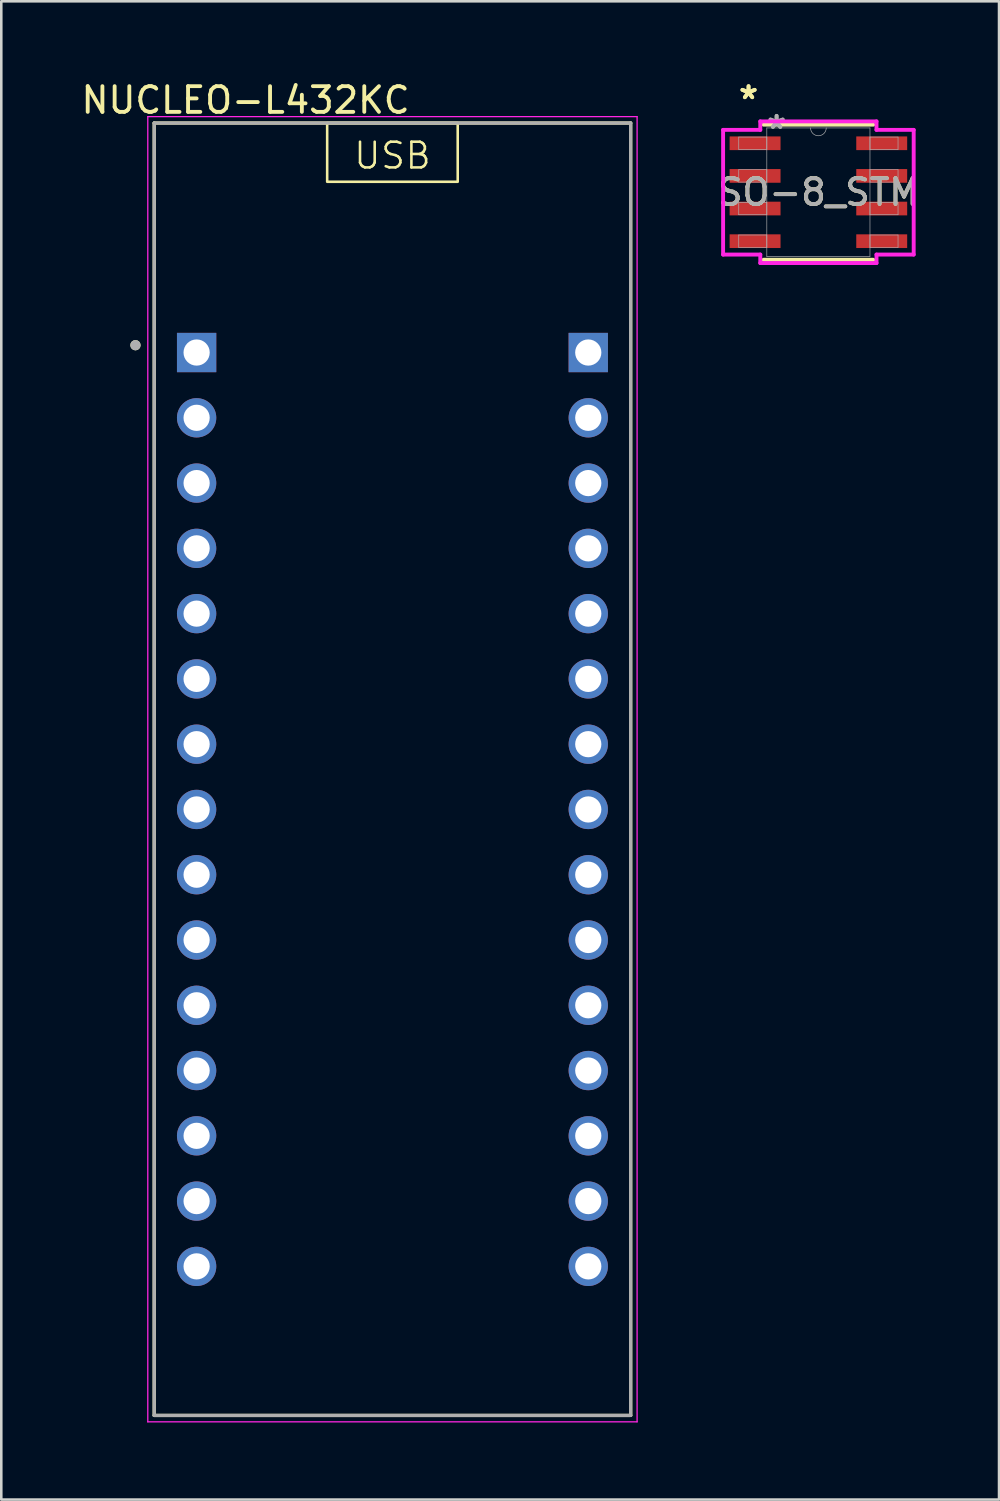
<source format=kicad_pcb>
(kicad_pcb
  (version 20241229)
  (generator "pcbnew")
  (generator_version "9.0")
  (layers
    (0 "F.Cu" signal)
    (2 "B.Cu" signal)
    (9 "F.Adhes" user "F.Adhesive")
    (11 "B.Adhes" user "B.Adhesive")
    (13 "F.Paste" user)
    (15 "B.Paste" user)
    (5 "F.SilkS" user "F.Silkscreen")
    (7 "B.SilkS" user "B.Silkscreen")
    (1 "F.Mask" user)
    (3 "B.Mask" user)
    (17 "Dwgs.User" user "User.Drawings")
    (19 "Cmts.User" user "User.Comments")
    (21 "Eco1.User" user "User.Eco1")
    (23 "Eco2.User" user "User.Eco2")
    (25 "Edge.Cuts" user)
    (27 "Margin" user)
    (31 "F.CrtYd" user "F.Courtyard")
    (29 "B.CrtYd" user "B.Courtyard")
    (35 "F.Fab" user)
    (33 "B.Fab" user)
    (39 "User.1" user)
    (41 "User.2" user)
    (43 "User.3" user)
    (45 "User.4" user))
  (footprint "SO-8_STM"
    (layer "F.Cu")
    (at 28.796 4.43)
    (property "Reference" "SO-8_STM" (at 0 0 0) (unlocked yes) (layer "F.SilkS") (effects (font (size 1 1) (thickness 0.15))))
    (attr smd)
    (fp_line (start -2.134 2.629) (end 2.134 2.629) (stroke (width 0.152) (type solid)) (layer "F.SilkS"))
    (fp_line (start 2.134 -2.629) (end -2.134 -2.629) (stroke (width 0.152) (type solid)) (layer "F.SilkS"))
    (fp_line (start -3.708 -2.426) (end -2.261 -2.426) (stroke (width 0.152) (type solid)) (layer "F.CrtYd"))
    (fp_line (start -3.708 2.426) (end -3.708 -2.426) (stroke (width 0.152) (type solid)) (layer "F.CrtYd"))
    (fp_line (start -3.708 2.426) (end -2.261 2.426) (stroke (width 0.152) (type solid)) (layer "F.CrtYd"))
    (fp_line (start -2.261 -2.756) (end 2.261 -2.756) (stroke (width 0.152) (type solid)) (layer "F.CrtYd"))
    (fp_line (start -2.261 -2.426) (end -2.261 -2.756) (stroke (width 0.152) (type solid)) (layer "F.CrtYd"))
    (fp_line (start -2.261 2.756) (end -2.261 2.426) (stroke (width 0.152) (type solid)) (layer "F.CrtYd"))
    (fp_line (start 2.261 -2.756) (end 2.261 -2.426) (stroke (width 0.152) (type solid)) (layer "F.CrtYd"))
    (fp_line (start 2.261 2.426) (end 2.261 2.756) (stroke (width 0.152) (type solid)) (layer "F.CrtYd"))
    (fp_line (start 2.261 2.756) (end -2.261 2.756) (stroke (width 0.152) (type solid)) (layer "F.CrtYd"))
    (fp_line (start 3.708 -2.426) (end 2.261 -2.426) (stroke (width 0.152) (type solid)) (layer "F.CrtYd"))
    (fp_line (start 3.708 -2.426) (end 3.708 2.426) (stroke (width 0.152) (type solid)) (layer "F.CrtYd"))
    (fp_line (start 3.708 2.426) (end 2.261 2.426) (stroke (width 0.152) (type solid)) (layer "F.CrtYd"))
    (fp_line (start -3.099 -2.146) (end -3.099 -1.664) (stroke (width 0.025) (type solid)) (layer "F.Fab"))
    (fp_line (start -3.099 -1.664) (end -2.007 -1.664) (stroke (width 0.025) (type solid)) (layer "F.Fab"))
    (fp_line (start -3.099 -0.876) (end -3.099 -0.394) (stroke (width 0.025) (type solid)) (layer "F.Fab"))
    (fp_line (start -3.099 -0.394) (end -2.007 -0.394) (stroke (width 0.025) (type solid)) (layer "F.Fab"))
    (fp_line (start -3.099 0.394) (end -3.099 0.876) (stroke (width 0.025) (type solid)) (layer "F.Fab"))
    (fp_line (start -3.099 0.876) (end -2.007 0.876) (stroke (width 0.025) (type solid)) (layer "F.Fab"))
    (fp_line (start -3.099 1.664) (end -3.099 2.146) (stroke (width 0.025) (type solid)) (layer "F.Fab"))
    (fp_line (start -3.099 2.146) (end -2.007 2.146) (stroke (width 0.025) (type solid)) (layer "F.Fab"))
    (fp_line (start -2.007 -2.502) (end -2.007 2.502) (stroke (width 0.025) (type solid)) (layer "F.Fab"))
    (fp_line (start -2.007 -2.146) (end -3.099 -2.146) (stroke (width 0.025) (type solid)) (layer "F.Fab"))
    (fp_line (start -2.007 -1.664) (end -2.007 -2.146) (stroke (width 0.025) (type solid)) (layer "F.Fab"))
    (fp_line (start -2.007 -0.876) (end -3.099 -0.876) (stroke (width 0.025) (type solid)) (layer "F.Fab"))
    (fp_line (start -2.007 -0.394) (end -2.007 -0.876) (stroke (width 0.025) (type solid)) (layer "F.Fab"))
    (fp_line (start -2.007 0.394) (end -3.099 0.394) (stroke (width 0.025) (type solid)) (layer "F.Fab"))
    (fp_line (start -2.007 0.876) (end -2.007 0.394) (stroke (width 0.025) (type solid)) (layer "F.Fab"))
    (fp_line (start -2.007 1.664) (end -3.099 1.664) (stroke (width 0.025) (type solid)) (layer "F.Fab"))
    (fp_line (start -2.007 2.146) (end -2.007 1.664) (stroke (width 0.025) (type solid)) (layer "F.Fab"))
    (fp_line (start -2.007 2.502) (end 2.007 2.502) (stroke (width 0.025) (type solid)) (layer "F.Fab"))
    (fp_line (start 2.007 -2.502) (end -2.007 -2.502) (stroke (width 0.025) (type solid)) (layer "F.Fab"))
    (fp_line (start 2.007 -2.146) (end 2.007 -1.664) (stroke (width 0.025) (type solid)) (layer "F.Fab"))
    (fp_line (start 2.007 -1.664) (end 3.099 -1.664) (stroke (width 0.025) (type solid)) (layer "F.Fab"))
    (fp_line (start 2.007 -0.876) (end 2.007 -0.394) (stroke (width 0.025) (type solid)) (layer "F.Fab"))
    (fp_line (start 2.007 -0.394) (end 3.099 -0.394) (stroke (width 0.025) (type solid)) (layer "F.Fab"))
    (fp_line (start 2.007 0.394) (end 2.007 0.876) (stroke (width 0.025) (type solid)) (layer "F.Fab"))
    (fp_line (start 2.007 0.876) (end 3.099 0.876) (stroke (width 0.025) (type solid)) (layer "F.Fab"))
    (fp_line (start 2.007 1.664) (end 2.007 2.146) (stroke (width 0.025) (type solid)) (layer "F.Fab"))
    (fp_line (start 2.007 2.146) (end 3.099 2.146) (stroke (width 0.025) (type solid)) (layer "F.Fab"))
    (fp_line (start 2.007 2.502) (end 2.007 -2.502) (stroke (width 0.025) (type solid)) (layer "F.Fab"))
    (fp_line (start 3.099 -2.146) (end 2.007 -2.146) (stroke (width 0.025) (type solid)) (layer "F.Fab"))
    (fp_line (start 3.099 -1.664) (end 3.099 -2.146) (stroke (width 0.025) (type solid)) (layer "F.Fab"))
    (fp_line (start 3.099 -0.876) (end 2.007 -0.876) (stroke (width 0.025) (type solid)) (layer "F.Fab"))
    (fp_line (start 3.099 -0.394) (end 3.099 -0.876) (stroke (width 0.025) (type solid)) (layer "F.Fab"))
    (fp_line (start 3.099 0.394) (end 2.007 0.394) (stroke (width 0.025) (type solid)) (layer "F.Fab"))
    (fp_line (start 3.099 0.876) (end 3.099 0.394) (stroke (width 0.025) (type solid)) (layer "F.Fab"))
    (fp_line (start 3.099 1.664) (end 2.007 1.664) (stroke (width 0.025) (type solid)) (layer "F.Fab"))
    (fp_line (start 3.099 2.146) (end 3.099 1.664) (stroke (width 0.025) (type solid)) (layer "F.Fab"))
    (fp_arc (start 0.3048 -2.5019) (mid 0 -2.1971) (end -0.3048 -2.5019) (stroke (width 0.0254) (type solid)) (layer "F.Fab"))
    (fp_text user "*" (at -2.718 -3.581 0) (layer "F.SilkS") (effects (font (size 1 1) (thickness 0.15))))
    (fp_text user "*" (at -2.718 -3.581 0) (unlocked yes) (layer "F.SilkS") (effects (font (size 1 1) (thickness 0.15))))
    (fp_text user "*" (at -1.626 -2.426 0) (layer "F.Fab") (effects (font (size 1 1) (thickness 0.15))))
    (fp_text user "*" (at -1.626 -2.426 0) (unlocked yes) (layer "F.Fab") (effects (font (size 1 1) (thickness 0.15))))
    (fp_text user "${REFERENCE}" (at 0 0 0) (unlocked yes) (layer "F.Fab") (effects (font (size 1 1) (thickness 0.15))))
    (pad "1" smd rect (at -2.464 -1.905) (size 1.981 0.533) (layers "F.Cu" "F.Mask" "F.Paste"))
    (pad "2" smd rect (at -2.464 -0.635) (size 1.981 0.533) (layers "F.Cu" "F.Mask" "F.Paste"))
    (pad "3" smd rect (at -2.464 0.635) (size 1.981 0.533) (layers "F.Cu" "F.Mask" "F.Paste"))
    (pad "4" smd rect (at -2.464 1.905) (size 1.981 0.533) (layers "F.Cu" "F.Mask" "F.Paste"))
    (pad "5" smd rect (at 2.464 1.905) (size 1.981 0.533) (layers "F.Cu" "F.Mask" "F.Paste"))
    (pad "6" smd rect (at 2.464 0.635) (size 1.981 0.533) (layers "F.Cu" "F.Mask" "F.Paste"))
    (pad "7" smd rect (at 2.464 -0.635) (size 1.981 0.533) (layers "F.Cu" "F.Mask" "F.Paste"))
    (pad "8" smd rect (at 2.464 -1.905) (size 1.981 0.533) (layers "F.Cu" "F.Mask" "F.Paste")))
  (footprint "NUCLEO-L432KC"
    (layer "F.Cu")
    (at 12.221 26.883)
    (property "Reference" "NUCLEO-L432KC" (at -5.715 -26.035 0) (layer "F.SilkS") (effects (font (size 1 1) (thickness 0.15))))
    (attr through_hole)
    (fp_line (start -9.27 -25.145) (end 9.27 -25.145) (stroke (width 0.127) (type solid)) (layer "F.SilkS"))
    (fp_line (start -9.27 25.145) (end -9.27 -25.145) (stroke (width 0.127) (type solid)) (layer "F.SilkS"))
    (fp_line (start 9.27 -25.145) (end 9.27 25.145) (stroke (width 0.127) (type solid)) (layer "F.SilkS"))
    (fp_line (start 9.27 25.145) (end -9.27 25.145) (stroke (width 0.127) (type solid)) (layer "F.SilkS"))
    (fp_rect (start -2.54 -25.146) (end 2.54 -22.86) (stroke (width 0.1) (type default)) (fill no) (layer "F.SilkS"))
    (fp_circle (center -10 -16.5) (end -9.9 -16.5) (stroke (width 0.2) (type solid)) (fill no) (layer "F.SilkS"))
    (fp_line (start -9.52 -25.395) (end 9.52 -25.395) (stroke (width 0.05) (type solid)) (layer "F.CrtYd"))
    (fp_line (start -9.52 25.395) (end -9.52 -25.395) (stroke (width 0.05) (type solid)) (layer "F.CrtYd"))
    (fp_line (start 9.52 -25.395) (end 9.52 25.395) (stroke (width 0.05) (type solid)) (layer "F.CrtYd"))
    (fp_line (start 9.52 25.395) (end -9.52 25.395) (stroke (width 0.05) (type solid)) (layer "F.CrtYd"))
    (fp_line (start -9.27 -25.145) (end 9.27 -25.145) (stroke (width 0.127) (type solid)) (layer "F.Fab"))
    (fp_line (start -9.27 25.145) (end -9.27 -25.145) (stroke (width 0.127) (type solid)) (layer "F.Fab"))
    (fp_line (start 9.27 -25.145) (end 9.27 25.145) (stroke (width 0.127) (type solid)) (layer "F.Fab"))
    (fp_line (start 9.27 25.145) (end -9.27 25.145) (stroke (width 0.127) (type solid)) (layer "F.Fab"))
    (fp_circle (center -10 -16.5) (end -9.9 -16.5) (stroke (width 0.2) (type solid)) (fill no) (layer "F.Fab"))
    (fp_text user "USB" (at 0 -23.876 0) (unlocked yes) (layer "F.SilkS") (effects (font (size 1 1) (thickness 0.1))))
    (pad "CN3_1" thru_hole rect (at -7.62 -16.215) (size 1.53 1.53) (drill 1.02) (layers "*.Cu" "*.Mask"))
    (pad "CN3_2" thru_hole circle (at -7.62 -13.675) (size 1.53 1.53) (drill 1.02) (layers "*.Cu" "*.Mask"))
    (pad "CN3_3" thru_hole circle (at -7.62 -11.135) (size 1.53 1.53) (drill 1.02) (layers "*.Cu" "*.Mask"))
    (pad "CN3_4" thru_hole circle (at -7.62 -8.595) (size 1.53 1.53) (drill 1.02) (layers "*.Cu" "*.Mask"))
    (pad "CN3_5" thru_hole circle (at -7.62 -6.055) (size 1.53 1.53) (drill 1.02) (layers "*.Cu" "*.Mask"))
    (pad "CN3_6" thru_hole circle (at -7.62 -3.515) (size 1.53 1.53) (drill 1.02) (layers "*.Cu" "*.Mask"))
    (pad "CN3_7" thru_hole circle (at -7.62 -0.975) (size 1.53 1.53) (drill 1.02) (layers "*.Cu" "*.Mask"))
    (pad "CN3_8" thru_hole circle (at -7.62 1.565) (size 1.53 1.53) (drill 1.02) (layers "*.Cu" "*.Mask"))
    (pad "CN3_9" thru_hole circle (at -7.62 4.105) (size 1.53 1.53) (drill 1.02) (layers "*.Cu" "*.Mask"))
    (pad "CN3_10" thru_hole circle (at -7.62 6.645) (size 1.53 1.53) (drill 1.02) (layers "*.Cu" "*.Mask"))
    (pad "CN3_11" thru_hole circle (at -7.62 9.185) (size 1.53 1.53) (drill 1.02) (layers "*.Cu" "*.Mask"))
    (pad "CN3_12" thru_hole circle (at -7.62 11.725) (size 1.53 1.53) (drill 1.02) (layers "*.Cu" "*.Mask"))
    (pad "CN3_13" thru_hole circle (at -7.62 14.265) (size 1.53 1.53) (drill 1.02) (layers "*.Cu" "*.Mask"))
    (pad "CN3_14" thru_hole circle (at -7.62 16.805) (size 1.53 1.53) (drill 1.02) (layers "*.Cu" "*.Mask"))
    (pad "CN3_15" thru_hole circle (at -7.62 19.345) (size 1.53 1.53) (drill 1.02) (layers "*.Cu" "*.Mask"))
    (pad "CN4_1" thru_hole rect (at 7.62 -16.215) (size 1.53 1.53) (drill 1.02) (layers "*.Cu" "*.Mask"))
    (pad "CN4_2" thru_hole circle (at 7.62 -13.675) (size 1.53 1.53) (drill 1.02) (layers "*.Cu" "*.Mask"))
    (pad "CN4_3" thru_hole circle (at 7.62 -11.135) (size 1.53 1.53) (drill 1.02) (layers "*.Cu" "*.Mask"))
    (pad "CN4_4" thru_hole circle (at 7.62 -8.595) (size 1.53 1.53) (drill 1.02) (layers "*.Cu" "*.Mask"))
    (pad "CN4_5" thru_hole circle (at 7.62 -6.055) (size 1.53 1.53) (drill 1.02) (layers "*.Cu" "*.Mask"))
    (pad "CN4_6" thru_hole circle (at 7.62 -3.515) (size 1.53 1.53) (drill 1.02) (layers "*.Cu" "*.Mask"))
    (pad "CN4_7" thru_hole circle (at 7.62 -0.975) (size 1.53 1.53) (drill 1.02) (layers "*.Cu" "*.Mask"))
    (pad "CN4_8" thru_hole circle (at 7.62 1.565) (size 1.53 1.53) (drill 1.02) (layers "*.Cu" "*.Mask"))
    (pad "CN4_9" thru_hole circle (at 7.62 4.105) (size 1.53 1.53) (drill 1.02) (layers "*.Cu" "*.Mask"))
    (pad "CN4_10" thru_hole circle (at 7.62 6.645) (size 1.53 1.53) (drill 1.02) (layers "*.Cu" "*.Mask"))
    (pad "CN4_11" thru_hole circle (at 7.62 9.185) (size 1.53 1.53) (drill 1.02) (layers "*.Cu" "*.Mask"))
    (pad "CN4_12" thru_hole circle (at 7.62 11.725) (size 1.53 1.53) (drill 1.02) (layers "*.Cu" "*.Mask"))
    (pad "CN4_13" thru_hole circle (at 7.62 14.265) (size 1.53 1.53) (drill 1.02) (layers "*.Cu" "*.Mask"))
    (pad "CN4_14" thru_hole circle (at 7.62 16.805) (size 1.53 1.53) (drill 1.02) (layers "*.Cu" "*.Mask"))
    (pad "CN4_15" thru_hole circle (at 7.62 19.345) (size 1.53 1.53) (drill 1.02) (layers "*.Cu" "*.Mask")))
  (gr_rect
    (start -3 -3)
    (end 35.825 55.303)
    (stroke (width 0.1) (type default))
    (fill no)
    (layer "Edge.Cuts")))
</source>
